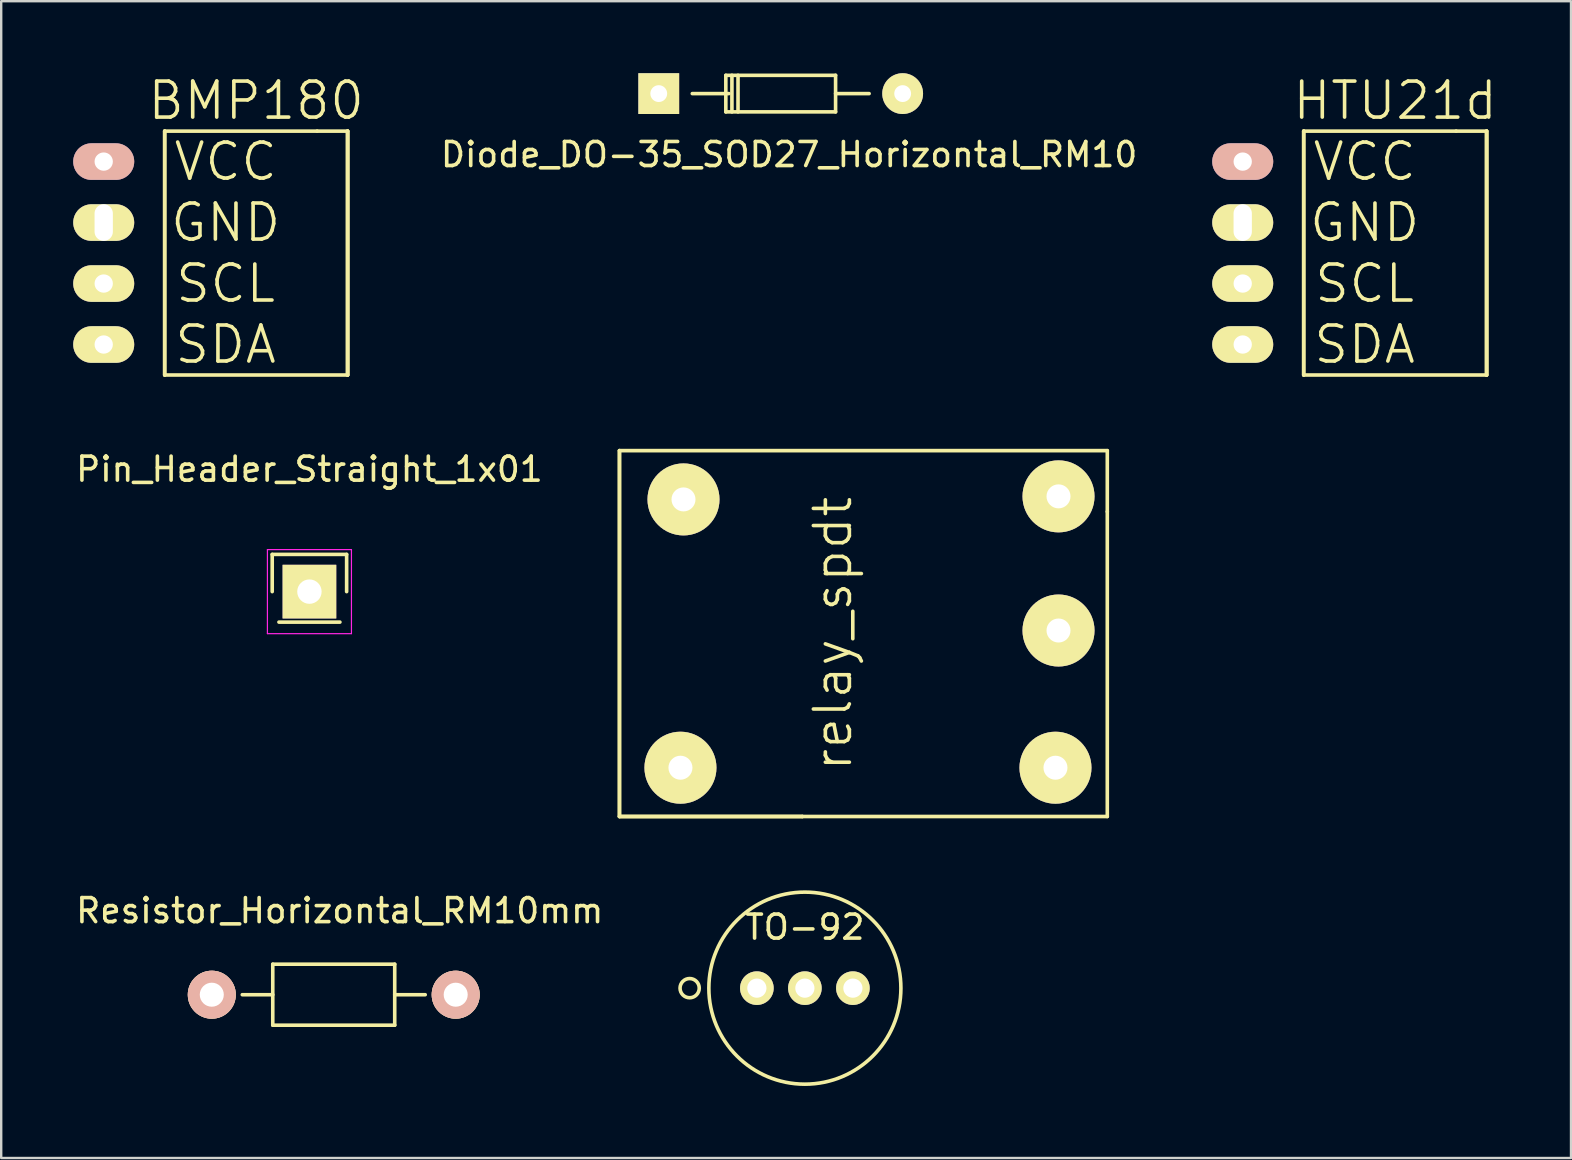
<source format=kicad_pcb>
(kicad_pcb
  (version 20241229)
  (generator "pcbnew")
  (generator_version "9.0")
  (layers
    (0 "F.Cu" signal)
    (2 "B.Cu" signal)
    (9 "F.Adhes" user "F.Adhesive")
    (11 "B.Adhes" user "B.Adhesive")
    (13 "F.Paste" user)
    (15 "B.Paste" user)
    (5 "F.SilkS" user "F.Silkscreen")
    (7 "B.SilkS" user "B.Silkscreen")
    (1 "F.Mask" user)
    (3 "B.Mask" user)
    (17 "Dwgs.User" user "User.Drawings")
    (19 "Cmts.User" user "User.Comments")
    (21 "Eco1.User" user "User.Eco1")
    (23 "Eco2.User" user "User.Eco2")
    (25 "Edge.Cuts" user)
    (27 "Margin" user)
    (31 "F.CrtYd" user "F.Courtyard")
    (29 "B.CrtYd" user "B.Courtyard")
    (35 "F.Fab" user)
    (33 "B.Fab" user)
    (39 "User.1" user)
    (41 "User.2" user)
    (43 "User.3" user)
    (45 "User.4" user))
  (footprint "BMP180"
    (layer "F.Cu")
    (at 3.81 11.301)
    (property "Reference" "BMP180" (at 3.81 -10.16 0) (layer "F.SilkS") (effects (font (size 1.5 1.5) (thickness 0.15))))
    (attr through_hole)
    (fp_line (start 0 -8.89) (end 0 1.27) (stroke (width 0.15) (type solid)) (layer "F.SilkS"))
    (fp_line (start 0 -8.89) (end 0 1.27) (stroke (width 0.15) (type solid)) (layer "F.SilkS"))
    (fp_line (start 0 -8.89) (end 6.35 -8.89) (stroke (width 0.15) (type solid)) (layer "F.SilkS"))
    (fp_line (start 0 1.27) (end 7.62 1.27) (stroke (width 0.15) (type solid)) (layer "F.SilkS"))
    (fp_line (start 6.35 -8.89) (end 7.62 -8.89) (stroke (width 0.15) (type solid)) (layer "F.SilkS"))
    (fp_line (start 7.62 -8.89) (end 7.62 1.27) (stroke (width 0.15) (type solid)) (layer "F.SilkS"))
    (fp_line (start 7.62 -8.89) (end 7.62 1.27) (stroke (width 0.15) (type solid)) (layer "F.SilkS"))
    (fp_line (start 7.62 1.27) (end 7.62 -8.89) (stroke (width 0.15) (type solid)) (layer "F.SilkS"))
    (fp_text user "SDA" (at 2.54 0 0) (layer "F.SilkS") (effects (font (size 1.5 1.5) (thickness 0.15))))
    (fp_text user "VCC" (at 2.54 -7.62 0) (layer "F.SilkS") (effects (font (size 1.5 1.5) (thickness 0.15))))
    (fp_text user "SCL" (at 2.54 -2.54 0) (layer "F.SilkS") (effects (font (size 1.5 1.5) (thickness 0.15))))
    (fp_text user "GND" (at 2.54 -5.08 0) (layer "F.SilkS") (effects (font (size 1.5 1.5) (thickness 0.15))))
    (pad "1" thru_hole oval (at -2.54 -7.62) (size 2.54 1.524) (drill oval 0.762) (layers "*.Cu" "B.SilkS"))
    (pad "2" thru_hole oval (at -2.54 -5.08) (size 2.54 1.524) (drill oval 0.762 1.524) (layers "*.Cu" "*.Mask" "F.SilkS"))
    (pad "3" thru_hole oval (at -2.54 -2.54) (size 2.54 1.524) (drill oval 0.762) (layers "*.Cu" "*.Mask" "F.SilkS"))
    (pad "4" thru_hole oval (at -2.54 0) (size 2.54 1.524) (drill oval 0.762) (layers "*.Cu" "*.Mask" "F.SilkS")))
  (footprint "TO-92"
    (layer "F.Cu")
    (at 30.477 38.111)
    (property "Reference" "TO-92" (at 0 -2.54 0) (layer "F.SilkS") (effects (font (size 1 1) (thickness 0.15))))
    (attr through_hole)
    (fp_circle (center -4.8 0) (end -4.8 0.4) (stroke (width 0.15) (type solid)) (fill no) (layer "F.SilkS"))
    (fp_circle (center 0 0) (end 4 0) (stroke (width 0.15) (type solid)) (fill no) (layer "F.SilkS"))
    (pad "1" thru_hole circle (at -2 0) (size 1.4 1.4) (drill 0.8) (layers "*.Cu" "*.Mask" "F.SilkS"))
    (pad "2" thru_hole circle (at 0 0) (size 1.4 1.4) (drill 0.8) (layers "*.Cu" "*.Mask" "F.SilkS"))
    (pad "3" thru_hole circle (at 2 0) (size 1.4 1.4) (drill 0.8) (layers "*.Cu" "*.Mask" "F.SilkS")))
  (footprint "relay_spdt"
    (layer "F.Cu")
    (at 30.374 20.801)
    (property "Reference" "relay_spdt" (at 1.27 2.54 90) (layer "F.SilkS") (effects (font (size 1.5 1.5) (thickness 0.15))))
    (attr through_hole)
    (fp_line (start -7.62 -5.08) (end -7.62 10.16) (stroke (width 0.15) (type solid)) (layer "F.SilkS"))
    (fp_line (start -7.62 -5.08) (end 12.7 -5.08) (stroke (width 0.15) (type solid)) (layer "F.SilkS"))
    (fp_line (start -7.62 10.16) (end -7.62 -5.08) (stroke (width 0.15) (type solid)) (layer "F.SilkS"))
    (fp_line (start -7.62 10.16) (end 0 10.16) (stroke (width 0.15) (type solid)) (layer "F.SilkS"))
    (fp_line (start 0 10.16) (end -7.62 10.16) (stroke (width 0.15) (type solid)) (layer "F.SilkS"))
    (fp_line (start 0 10.16) (end 12.7 10.16) (stroke (width 0.15) (type solid)) (layer "F.SilkS"))
    (fp_line (start 12.7 -2.54) (end 12.7 -5.08) (stroke (width 0.15) (type solid)) (layer "F.SilkS"))
    (fp_line (start 12.7 10.16) (end 12.7 -2.54) (stroke (width 0.15) (type solid)) (layer "F.SilkS"))
    (pad "1" thru_hole circle (at 10.668 2.413) (size 3 3) (drill 1) (layers "*.Cu" "*.Mask" "F.SilkS"))
    (pad "2" thru_hole circle (at 10.668 -3.175) (size 3 3) (drill 1) (layers "*.Cu" "*.Mask" "F.SilkS"))
    (pad "3" thru_hole circle (at -4.953 -3.048) (size 3 3) (drill 1) (layers "*.Cu" "*.Mask" "F.SilkS"))
    (pad "4" thru_hole circle (at -5.08 8.128) (size 3 3) (drill 1) (layers "*.Cu" "*.Mask" "F.SilkS"))
    (pad "5" thru_hole circle (at 10.541 8.128) (size 3 3) (drill 1) (layers "*.Cu" "*.Mask" "F.SilkS")))
  (footprint "HTU21d"
    (layer "F.Cu")
    (at 51.255 11.301)
    (property "Reference" "HTU21d" (at 3.81 -10.16 0) (layer "F.SilkS") (effects (font (size 1.5 1.5) (thickness 0.15))))
    (attr through_hole)
    (fp_line (start 0 -8.89) (end 0 1.27) (stroke (width 0.15) (type solid)) (layer "F.SilkS"))
    (fp_line (start 0 -8.89) (end 0 1.27) (stroke (width 0.15) (type solid)) (layer "F.SilkS"))
    (fp_line (start 0 -8.89) (end 6.35 -8.89) (stroke (width 0.15) (type solid)) (layer "F.SilkS"))
    (fp_line (start 0 1.27) (end 7.62 1.27) (stroke (width 0.15) (type solid)) (layer "F.SilkS"))
    (fp_line (start 6.35 -8.89) (end 7.62 -8.89) (stroke (width 0.15) (type solid)) (layer "F.SilkS"))
    (fp_line (start 7.62 -8.89) (end 7.62 1.27) (stroke (width 0.15) (type solid)) (layer "F.SilkS"))
    (fp_line (start 7.62 -8.89) (end 7.62 1.27) (stroke (width 0.15) (type solid)) (layer "F.SilkS"))
    (fp_line (start 7.62 1.27) (end 7.62 -8.89) (stroke (width 0.15) (type solid)) (layer "F.SilkS"))
    (fp_text user "SCL" (at 2.54 -2.54 0) (layer "F.SilkS") (effects (font (size 1.5 1.5) (thickness 0.15))))
    (fp_text user "GND" (at 2.54 -5.08 0) (layer "F.SilkS") (effects (font (size 1.5 1.5) (thickness 0.15))))
    (fp_text user "VCC" (at 2.54 -7.62 0) (layer "F.SilkS") (effects (font (size 1.5 1.5) (thickness 0.15))))
    (fp_text user "SDA" (at 2.54 0 0) (layer "F.SilkS") (effects (font (size 1.5 1.5) (thickness 0.15))))
    (pad "1" thru_hole oval (at -2.54 -7.62) (size 2.54 1.524) (drill oval 0.762) (layers "*.Cu" "B.SilkS"))
    (pad "2" thru_hole oval (at -2.54 -5.08) (size 2.54 1.524) (drill oval 0.762 1.524) (layers "*.Cu" "*.Mask" "F.SilkS"))
    (pad "3" thru_hole oval (at -2.54 -2.54) (size 2.54 1.524) (drill oval 0.762) (layers "*.Cu" "*.Mask" "F.SilkS"))
    (pad "4" thru_hole oval (at -2.54 0) (size 2.54 1.524) (drill oval 0.762) (layers "*.Cu" "*.Mask" "F.SilkS")))
  (footprint "Diode_DO-35_SOD27_Horizontal_RM10"
    (layer "F.Cu")
    (at 24.389 0.852)
    (property "Reference" "Diode_DO-35_SOD27_Horizontal_RM10" (at 5.431 2.537 0) (layer "F.SilkS") (effects (font (size 1 1) (thickness 0.15))))
    (attr through_hole)
    (fp_line (start 2.795 -0.765) (end 2.795 -0.003) (stroke (width 0.15) (type solid)) (layer "F.SilkS"))
    (fp_line (start 2.795 -0.003) (end 2.795 0.759) (stroke (width 0.15) (type solid)) (layer "F.SilkS"))
    (fp_line (start 2.795 0.759) (end 7.367 0.759) (stroke (width 0.15) (type solid)) (layer "F.SilkS"))
    (fp_line (start 2.922 -0.003) (end 1.398 -0.003) (stroke (width 0.15) (type solid)) (layer "F.SilkS"))
    (fp_line (start 3.049 -0.765) (end 3.049 0.759) (stroke (width 0.15) (type solid)) (layer "F.SilkS"))
    (fp_line (start 3.303 -0.765) (end 3.303 0.759) (stroke (width 0.15) (type solid)) (layer "F.SilkS"))
    (fp_line (start 7.367 -0.765) (end 2.795 -0.765) (stroke (width 0.15) (type solid)) (layer "F.SilkS"))
    (fp_line (start 7.367 -0.003) (end 8.764 -0.003) (stroke (width 0.15) (type solid)) (layer "F.SilkS"))
    (fp_line (start 7.367 0.759) (end 7.367 -0.765) (stroke (width 0.15) (type solid)) (layer "F.SilkS"))
    (pad "1" thru_hole rect (at 0.001 -0.003 180) (size 1.699 1.699) (drill 0.701) (layers "*.Cu" "*.Mask" "F.SilkS"))
    (pad "2" thru_hole circle (at 10.161 -0.003 180) (size 1.699 1.699) (drill 0.701) (layers "*.Cu" "*.Mask" "F.SilkS")))
  (footprint "Pin_Header_Straight_1x01"
    (layer "F.Cu")
    (at 9.839 21.594)
    (property "Reference" "Pin_Header_Straight_1x01" (at 0 -5.1 0) (layer "F.SilkS") (effects (font (size 1 1) (thickness 0.15))))
    (attr through_hole)
    (fp_line (start -1.55 -1.55) (end 1.55 -1.55) (stroke (width 0.15) (type solid)) (layer "F.SilkS"))
    (fp_line (start -1.55 0) (end -1.55 -1.55) (stroke (width 0.15) (type solid)) (layer "F.SilkS"))
    (fp_line (start -1.27 1.27) (end 1.27 1.27) (stroke (width 0.15) (type solid)) (layer "F.SilkS"))
    (fp_line (start 1.55 -1.55) (end 1.55 0) (stroke (width 0.15) (type solid)) (layer "F.SilkS"))
    (fp_line (start -1.75 -1.75) (end -1.75 1.75) (stroke (width 0.05) (type solid)) (layer "F.CrtYd"))
    (fp_line (start -1.75 -1.75) (end 1.75 -1.75) (stroke (width 0.05) (type solid)) (layer "F.CrtYd"))
    (fp_line (start -1.75 1.75) (end 1.75 1.75) (stroke (width 0.05) (type solid)) (layer "F.CrtYd"))
    (fp_line (start 1.75 -1.75) (end 1.75 1.75) (stroke (width 0.05) (type solid)) (layer "F.CrtYd"))
    (pad "1" thru_hole rect (at 0 0) (size 2.235 2.235) (drill 1.016) (layers "*.Cu" "*.Mask" "F.SilkS")))
  (footprint "Resistor_Horizontal_RM10mm"
    (layer "F.Cu")
    (at 10.852 38.384)
    (property "Reference" "Resistor_Horizontal_RM10mm" (at 0.249 -3.5 0) (layer "F.SilkS") (effects (font (size 1 1) (thickness 0.15))))
    (attr through_hole)
    (fp_line (start -2.54 -1.27) (end 2.54 -1.27) (stroke (width 0.15) (type solid)) (layer "F.SilkS"))
    (fp_line (start -2.54 0) (end -3.81 0) (stroke (width 0.15) (type solid)) (layer "F.SilkS"))
    (fp_line (start -2.54 1.27) (end -2.54 -1.27) (stroke (width 0.15) (type solid)) (layer "F.SilkS"))
    (fp_line (start 2.54 -1.27) (end 2.54 1.27) (stroke (width 0.15) (type solid)) (layer "F.SilkS"))
    (fp_line (start 2.54 0) (end 3.81 0) (stroke (width 0.15) (type solid)) (layer "F.SilkS"))
    (fp_line (start 2.54 1.27) (end -2.54 1.27) (stroke (width 0.15) (type solid)) (layer "F.SilkS"))
    (pad "1" thru_hole circle (at -5.08 0) (size 1.999 1.999) (drill 1.001) (layers "*.Cu" "*.SilkS" "*.Mask"))
    (pad "2" thru_hole circle (at 5.08 0) (size 1.999 1.999) (drill 1.001) (layers "*.Cu" "*.SilkS" "*.Mask")))
  (gr_rect
    (start -3 -3)
    (end 62.39 45.186)
    (stroke (width 0.1) (type default))
    (fill no)
    (layer "Edge.Cuts")))
</source>
